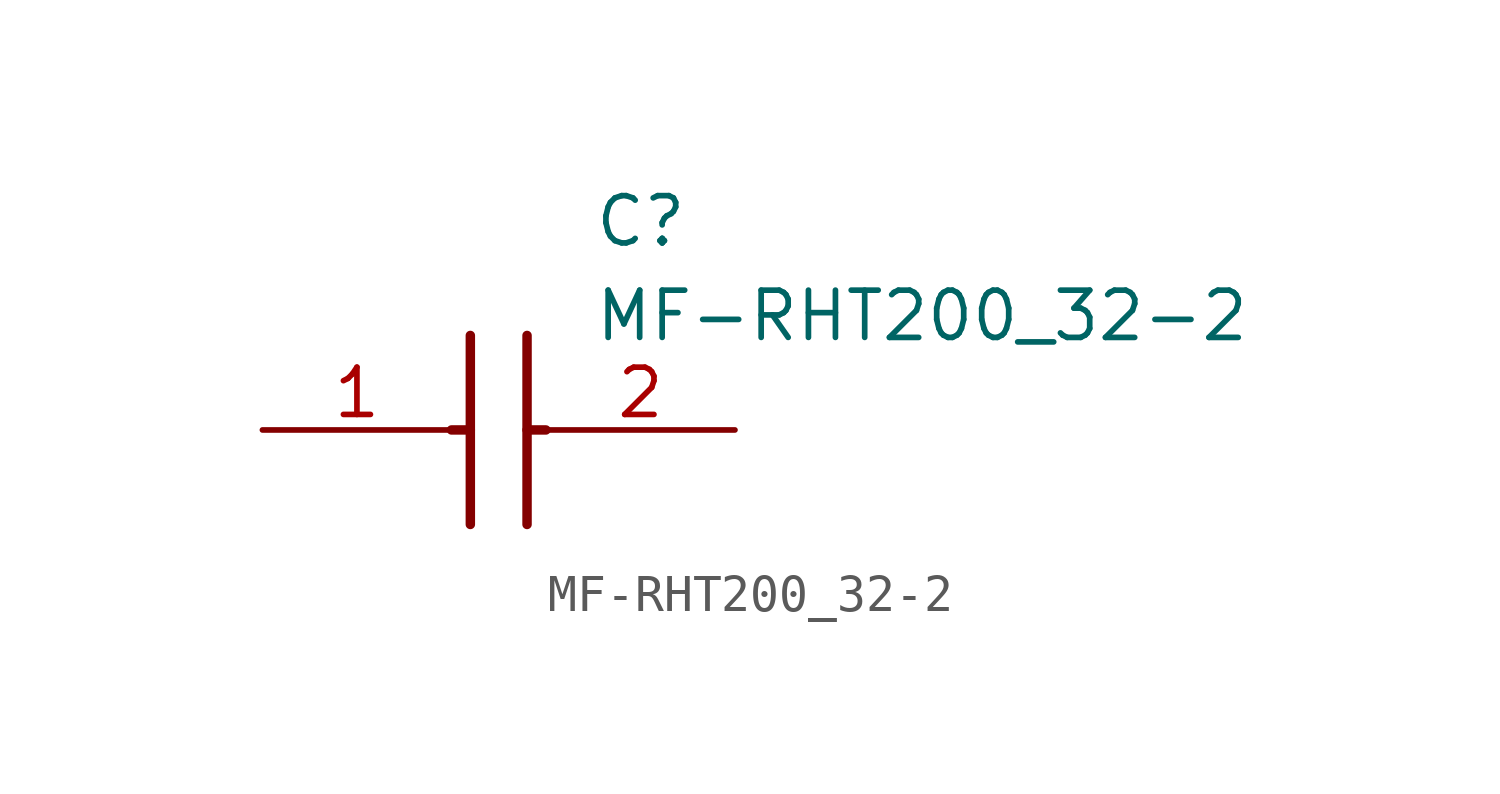
<source format=kicad_sym>
(kicad_symbol_lib
  (version 20211014)
  (generator SamacSys_ECAD_Model)
  (symbol "MF-RHT200_32-2"
    (pin_names hide)
    (property "Reference" "C"
      (at 8.89 6.35 0)
      (effects (font (size 1.27 1.27)) (justify left top)))
    (property "Value" "MF-RHT200_32-2"
      (at 8.89 3.81 0)
      (effects (font (size 1.27 1.27)) (justify left top)))
    (polyline
      (pts (xy 5.588 2.54) (xy 5.588 -2.54))
      (stroke (width 0.254) (type default))
      (fill (type none)))
    (polyline
      (pts (xy 7.112 2.54) (xy 7.112 -2.54))
      (stroke (width 0.254) (type default))
      (fill (type none)))
    (polyline
      (pts (xy 5.08 0) (xy 5.588 0))
      (stroke (width 0.254) (type default))
      (fill (type none)))
    (polyline
      (pts (xy 7.112 0) (xy 7.62 0))
      (stroke (width 0.254) (type default))
      (fill (type none)))
    (pin passive line
      (at 0 0 0)
      (length 5.08)
      (name "1" (effects (font (size 1.27 1.27))))
      (number "1" (effects (font (size 1.27 1.27)))))
    (pin passive line
      (at 12.7 0 180)
      (length 5.08)
      (name "2" (effects (font (size 1.27 1.27))))
      (number "2" (effects (font (size 1.27 1.27)))))))
</source>
